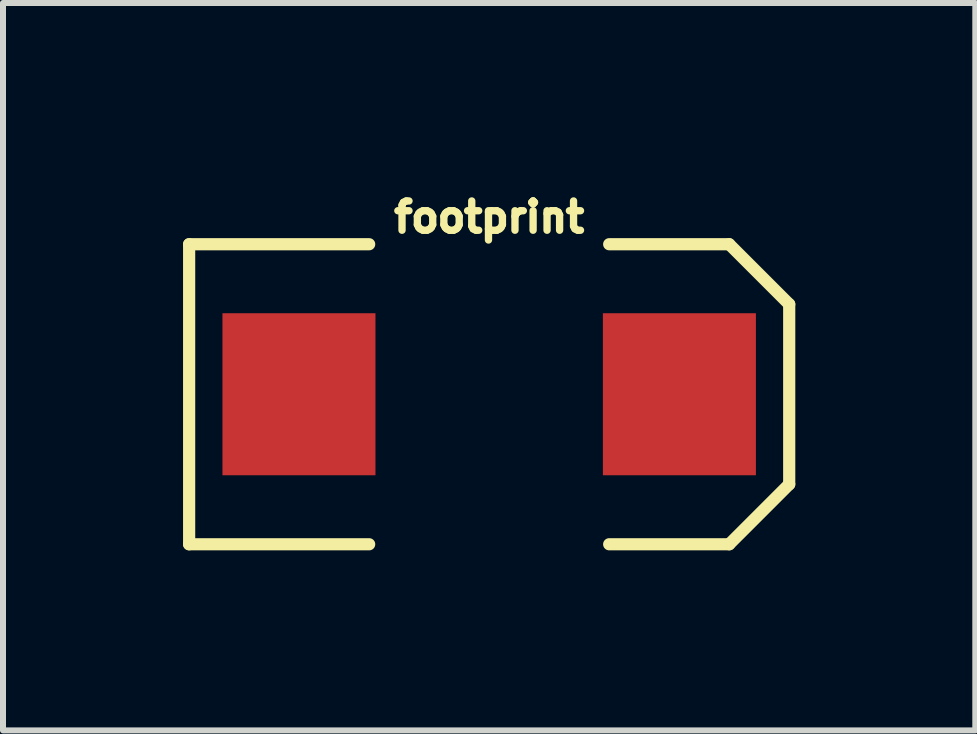
<source format=kicad_pcb>
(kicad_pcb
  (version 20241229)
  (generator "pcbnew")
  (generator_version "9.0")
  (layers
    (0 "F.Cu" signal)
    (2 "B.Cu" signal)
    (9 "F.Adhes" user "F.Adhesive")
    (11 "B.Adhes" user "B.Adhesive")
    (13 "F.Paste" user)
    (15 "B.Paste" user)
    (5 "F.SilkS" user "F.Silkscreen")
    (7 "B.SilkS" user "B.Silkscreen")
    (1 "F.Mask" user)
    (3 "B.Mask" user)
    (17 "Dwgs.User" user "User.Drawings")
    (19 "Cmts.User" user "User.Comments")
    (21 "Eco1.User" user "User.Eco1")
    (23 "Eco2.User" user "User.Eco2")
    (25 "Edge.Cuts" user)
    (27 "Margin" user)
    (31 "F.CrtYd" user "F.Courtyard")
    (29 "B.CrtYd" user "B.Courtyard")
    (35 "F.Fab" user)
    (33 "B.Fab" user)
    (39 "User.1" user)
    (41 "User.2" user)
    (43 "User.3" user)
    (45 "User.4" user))
  (footprint "footprint"
    (layer "F.Cu")
    (at 5.102 3.52)
    (property "Reference" "footprint" (at 0 -2.667 0) (layer "F.SilkS") (effects (font (size 0.488 0.488) (thickness 0.122)) (justify bottom)))
    (fp_line (start -5 -2.5) (end -5 2.5) (stroke (width 0.203) (type solid)) (layer "F.SilkS"))
    (fp_line (start -5 -2.5) (end -2 -2.5) (stroke (width 0.203) (type solid)) (layer "F.SilkS"))
    (fp_line (start -5 2.5) (end -2 2.5) (stroke (width 0.203) (type solid)) (layer "F.SilkS"))
    (fp_line (start 2 -2.5) (end 4 -2.5) (stroke (width 0.203) (type solid)) (layer "F.SilkS"))
    (fp_line (start 4 -2.5) (end 5 -1.5) (stroke (width 0.203) (type solid)) (layer "F.SilkS"))
    (fp_line (start 4 2.5) (end 2 2.5) (stroke (width 0.203) (type solid)) (layer "F.SilkS"))
    (fp_line (start 5 -1.5) (end 5 1.5) (stroke (width 0.203) (type solid)) (layer "F.SilkS"))
    (fp_line (start 5 1.5) (end 4 2.5) (stroke (width 0.203) (type solid)) (layer "F.SilkS"))
    (pad "A" smd rect (at 3.17 0 180) (size 2.55 2.7) (layers "F.Cu" "F.Mask" "F.Paste"))
    (pad "C" smd rect (at -3.17 0 180) (size 2.55 2.7) (layers "F.Cu" "F.Mask" "F.Paste")))
  (gr_rect
    (start -3 -3)
    (end 13.203 9.122)
    (stroke (width 0.1) (type default))
    (fill no)
    (layer "Edge.Cuts")))
</source>
